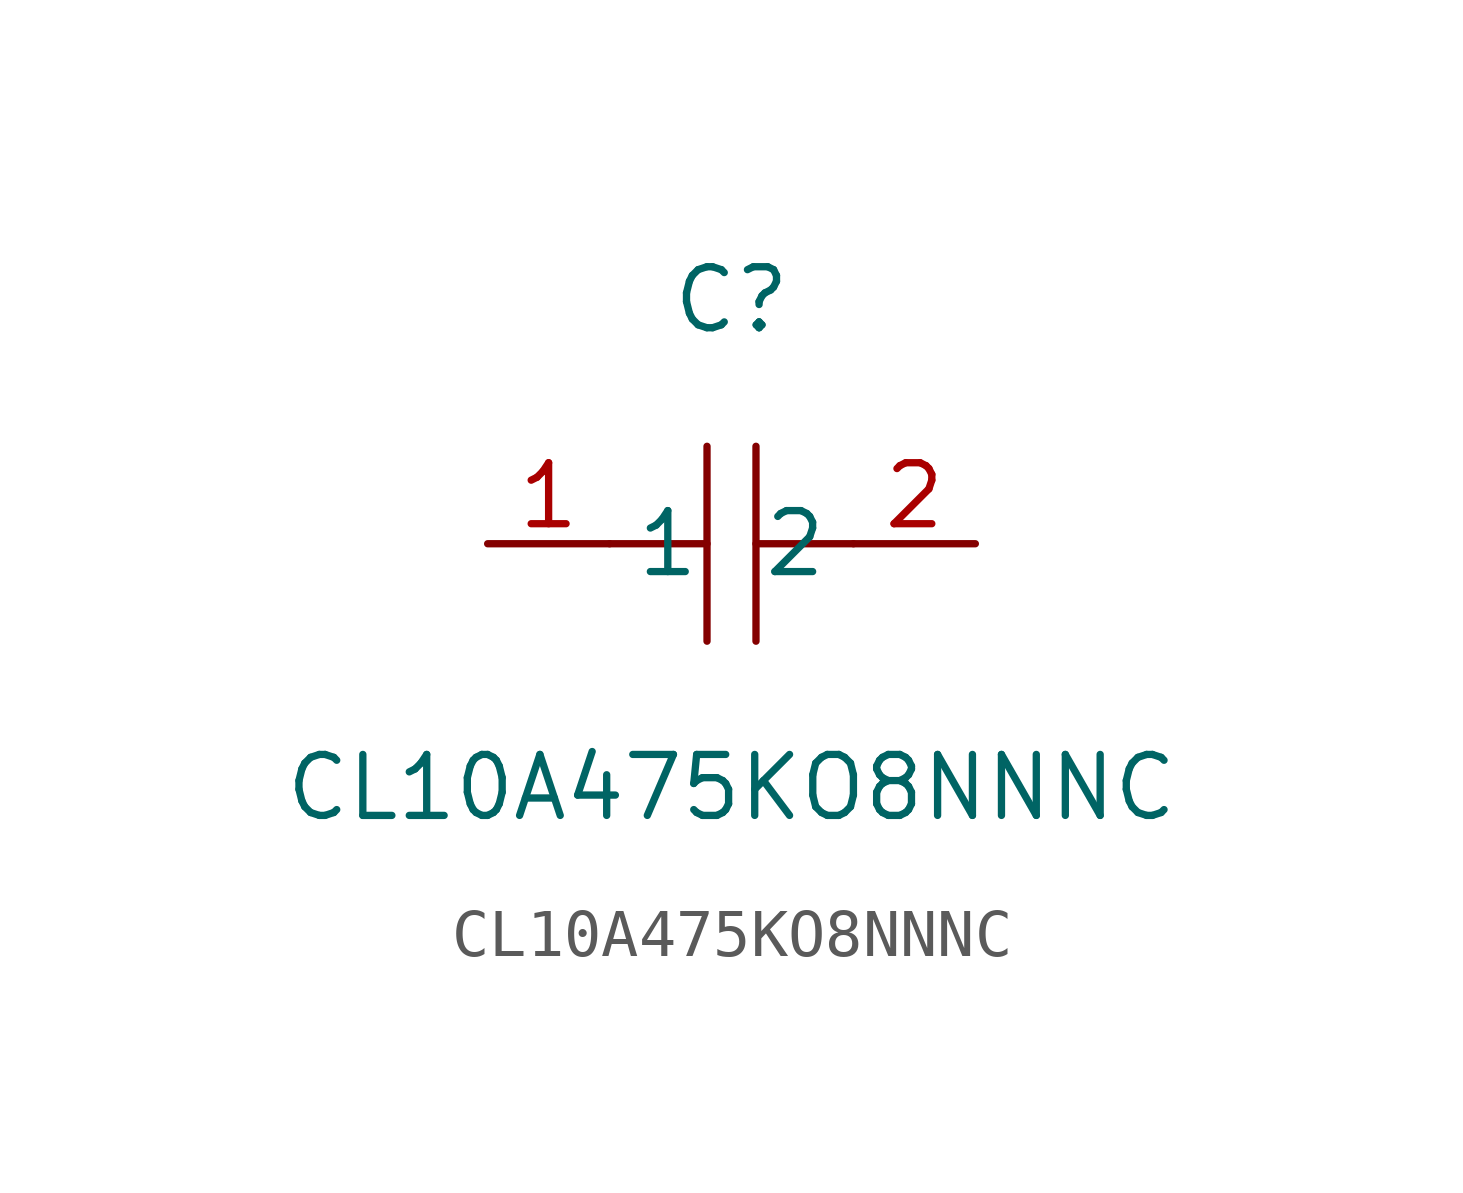
<source format=kicad_sym>
(kicad_symbol_lib
  (version 1)
  (generator "faebryk")
  (symbol "CL10A475KO8NNNC"
    (property "Reference" "C"
      (at 0 5.08 0)
      (effects (font (size 1.27 1.27)) (hide no)))
    (property "Value" "CL10A475KO8NNNC"
      (at 0 -5.08 0)
      (effects (font (size 1.27 1.27)) (hide no)))
    (symbol "CL10A475KO8NNNC_0_1"
      (polyline (stroke (width 0) (type default) (color 0 0 0 0)) (fill (type none)) (pts (xy -0.51 -2.03) (xy -0.51 2.03)))
      (polyline (stroke (width 0) (type default) (color 0 0 0 0)) (fill (type none)) (pts (xy 2.54 0) (xy 0.51 0)))
      (polyline (stroke (width 0) (type default) (color 0 0 0 0)) (fill (type none)) (pts (xy 0.51 2.03) (xy 0.51 -2.03)))
      (polyline (stroke (width 0) (type default) (color 0 0 0 0)) (fill (type none)) (pts (xy -0.51 0) (xy -2.54 0)))
      (pin unspecified line (at -5.08 0 0) (length 2.54) (name "1" (effects (font (size 1.27 1.27)) (hide no))) (number "1" (effects (font (size 1.27 1.27)) (hide no))))
      (pin unspecified line (at 5.08 0 180) (length 2.54) (name "2" (effects (font (size 1.27 1.27)) (hide no))) (number "2" (effects (font (size 1.27 1.27)) (hide no)))))))
</source>
